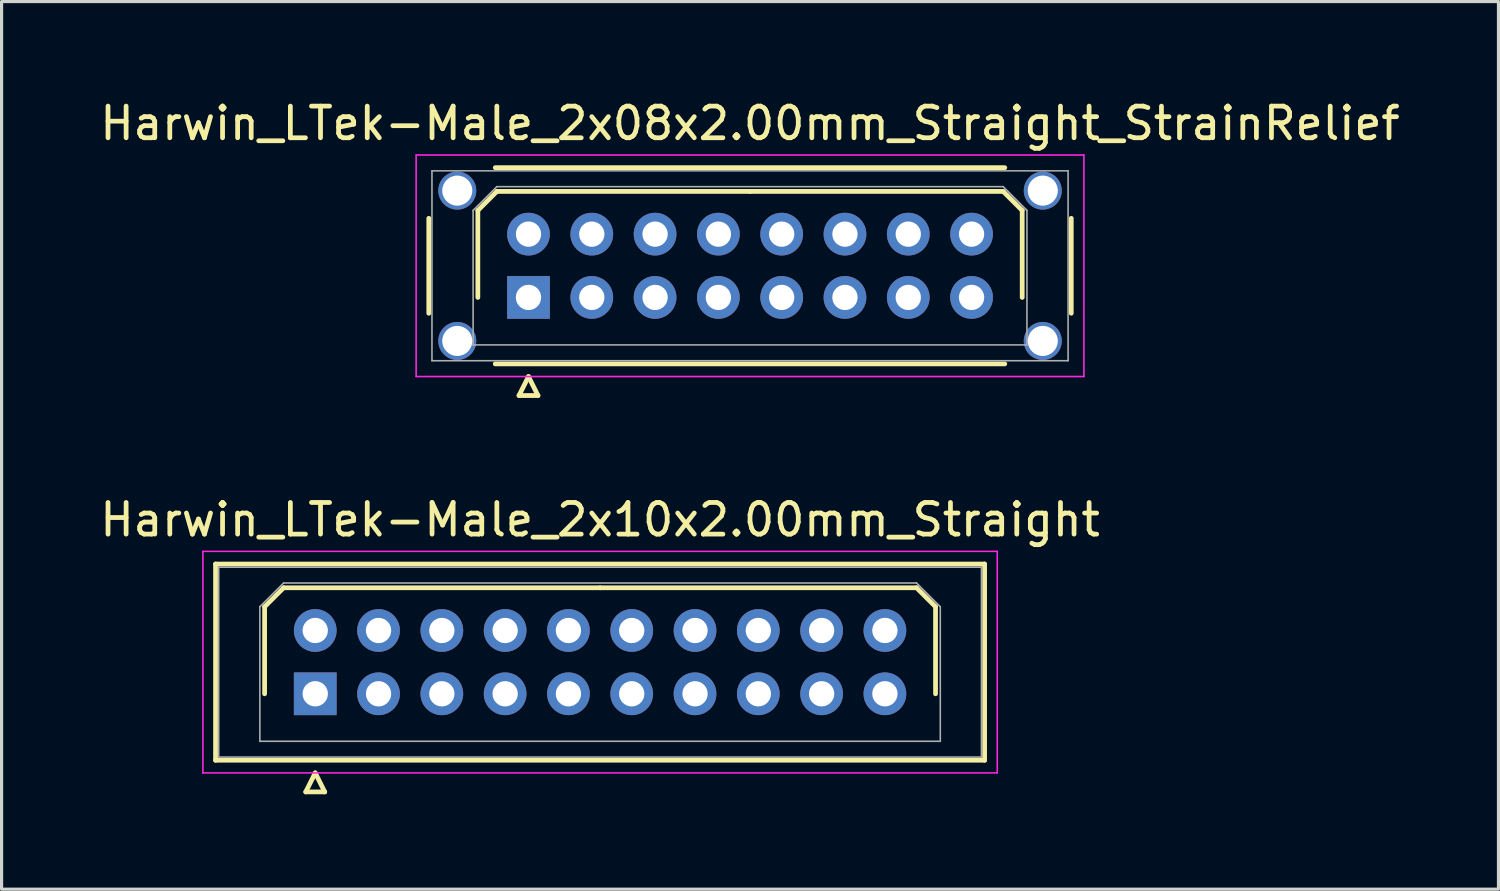
<source format=kicad_pcb>
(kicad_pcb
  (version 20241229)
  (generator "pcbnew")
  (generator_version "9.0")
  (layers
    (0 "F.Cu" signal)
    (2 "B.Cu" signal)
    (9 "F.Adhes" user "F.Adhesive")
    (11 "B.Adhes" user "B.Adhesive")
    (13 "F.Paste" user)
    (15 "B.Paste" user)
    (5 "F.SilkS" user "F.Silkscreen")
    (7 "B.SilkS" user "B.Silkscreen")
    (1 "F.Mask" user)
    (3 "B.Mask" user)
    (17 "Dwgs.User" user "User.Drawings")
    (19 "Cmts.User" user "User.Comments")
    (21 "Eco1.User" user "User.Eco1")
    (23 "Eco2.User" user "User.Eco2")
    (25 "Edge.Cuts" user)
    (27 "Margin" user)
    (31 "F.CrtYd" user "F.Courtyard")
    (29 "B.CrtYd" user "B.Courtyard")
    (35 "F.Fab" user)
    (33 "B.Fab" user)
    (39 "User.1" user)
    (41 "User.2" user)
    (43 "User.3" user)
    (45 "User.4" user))
  (footprint "Harwin_LTek-Male_2x08x2.00mm_Straight_StrainRelief"
    (layer "F.Cu")
    (at 13.649 6.348)
    (property "Reference" "Harwin_LTek-Male_2x08x2.00mm_Straight_StrainRelief" (at 7 -5.5 0) (layer "F.SilkS") (effects (font (size 1 1) (thickness 0.15))))
    (attr through_hole)
    (fp_line (start -3.15 -2.5) (end -3.15 0.5) (stroke (width 0.15) (type solid)) (layer "F.SilkS"))
    (fp_line (start -1.6 -2.75) (end -1 -3.35) (stroke (width 0.15) (type solid)) (layer "F.SilkS"))
    (fp_line (start -1.6 0) (end -1.6 -2.75) (stroke (width 0.15) (type solid)) (layer "F.SilkS"))
    (fp_line (start -1.05 -4.1) (end 15.05 -4.1) (stroke (width 0.15) (type solid)) (layer "F.SilkS"))
    (fp_line (start -1.05 2.1) (end 15.05 2.1) (stroke (width 0.15) (type solid)) (layer "F.SilkS"))
    (fp_line (start -1 -3.35) (end 7 -3.35) (stroke (width 0.15) (type solid)) (layer "F.SilkS"))
    (fp_line (start -0.3 3.1) (end 0.3 3.1) (stroke (width 0.15) (type solid)) (layer "F.SilkS"))
    (fp_line (start 0 2.5) (end -0.3 3.1) (stroke (width 0.15) (type solid)) (layer "F.SilkS"))
    (fp_line (start 0.3 3.1) (end 0 2.5) (stroke (width 0.15) (type solid)) (layer "F.SilkS"))
    (fp_line (start 15 -3.35) (end 7 -3.35) (stroke (width 0.15) (type solid)) (layer "F.SilkS"))
    (fp_line (start 15.6 -2.75) (end 15 -3.35) (stroke (width 0.15) (type solid)) (layer "F.SilkS"))
    (fp_line (start 15.6 0) (end 15.6 -2.75) (stroke (width 0.15) (type solid)) (layer "F.SilkS"))
    (fp_line (start 17.15 -2.5) (end 17.15 0.5) (stroke (width 0.15) (type solid)) (layer "F.SilkS"))
    (fp_line (start -3.55 -4.5) (end -3.55 2.5) (stroke (width 0.05) (type solid)) (layer "F.CrtYd"))
    (fp_line (start -3.55 2.5) (end 17.55 2.5) (stroke (width 0.05) (type solid)) (layer "F.CrtYd"))
    (fp_line (start 17.55 -4.5) (end -3.55 -4.5) (stroke (width 0.05) (type solid)) (layer "F.CrtYd"))
    (fp_line (start 17.55 2.5) (end 17.55 -4.5) (stroke (width 0.05) (type solid)) (layer "F.CrtYd"))
    (fp_line (start -3.05 -4) (end -3.05 2) (stroke (width 0.05) (type solid)) (layer "F.Fab"))
    (fp_line (start -3.05 2) (end 17.05 2) (stroke (width 0.05) (type solid)) (layer "F.Fab"))
    (fp_line (start -1.75 -2.75) (end -1 -3.5) (stroke (width 0.05) (type solid)) (layer "F.Fab"))
    (fp_line (start -1.75 1.5) (end -1.75 -2.75) (stroke (width 0.05) (type solid)) (layer "F.Fab"))
    (fp_line (start -1 -3.5) (end 15 -3.5) (stroke (width 0.05) (type solid)) (layer "F.Fab"))
    (fp_line (start 15 -3.5) (end 15.75 -2.75) (stroke (width 0.05) (type solid)) (layer "F.Fab"))
    (fp_line (start 15.75 -2.75) (end 15.75 1.5) (stroke (width 0.05) (type solid)) (layer "F.Fab"))
    (fp_line (start 15.75 1.5) (end -1.75 1.5) (stroke (width 0.05) (type solid)) (layer "F.Fab"))
    (fp_line (start 17.05 -4) (end -3.05 -4) (stroke (width 0.05) (type solid)) (layer "F.Fab"))
    (fp_line (start 17.05 2) (end 17.05 -4) (stroke (width 0.05) (type solid)) (layer "F.Fab"))
    (pad "" thru_hole circle (at -2.25 -3.375) (size 1.2 1.2) (drill 0.95) (layers "*.Cu" "*.Mask"))
    (pad "" thru_hole circle (at -2.25 1.375) (size 1.2 1.2) (drill 0.95) (layers "*.Cu" "*.Mask"))
    (pad "" thru_hole circle (at 16.25 -3.375) (size 1.2 1.2) (drill 0.95) (layers "*.Cu" "*.Mask"))
    (pad "" thru_hole circle (at 16.25 1.375) (size 1.2 1.2) (drill 0.95) (layers "*.Cu" "*.Mask"))
    (pad "1" thru_hole rect (at 0 0) (size 1.35 1.35) (drill 0.8) (layers "*.Cu" "*.Mask"))
    (pad "2" thru_hole circle (at 0 -2) (size 1.35 1.35) (drill 0.8) (layers "*.Cu" "*.Mask"))
    (pad "3" thru_hole circle (at 2 0) (size 1.35 1.35) (drill 0.8) (layers "*.Cu" "*.Mask"))
    (pad "4" thru_hole circle (at 2 -2) (size 1.35 1.35) (drill 0.8) (layers "*.Cu" "*.Mask"))
    (pad "5" thru_hole circle (at 4 0) (size 1.35 1.35) (drill 0.8) (layers "*.Cu" "*.Mask"))
    (pad "6" thru_hole circle (at 4 -2) (size 1.35 1.35) (drill 0.8) (layers "*.Cu" "*.Mask"))
    (pad "7" thru_hole circle (at 6 0) (size 1.35 1.35) (drill 0.8) (layers "*.Cu" "*.Mask"))
    (pad "8" thru_hole circle (at 6 -2) (size 1.35 1.35) (drill 0.8) (layers "*.Cu" "*.Mask"))
    (pad "9" thru_hole circle (at 8 0) (size 1.35 1.35) (drill 0.8) (layers "*.Cu" "*.Mask"))
    (pad "10" thru_hole circle (at 8 -2) (size 1.35 1.35) (drill 0.8) (layers "*.Cu" "*.Mask"))
    (pad "11" thru_hole circle (at 10 0) (size 1.35 1.35) (drill 0.8) (layers "*.Cu" "*.Mask"))
    (pad "12" thru_hole circle (at 10 -2) (size 1.35 1.35) (drill 0.8) (layers "*.Cu" "*.Mask"))
    (pad "13" thru_hole circle (at 12 0) (size 1.35 1.35) (drill 0.8) (layers "*.Cu" "*.Mask"))
    (pad "14" thru_hole circle (at 12 -2) (size 1.35 1.35) (drill 0.8) (layers "*.Cu" "*.Mask"))
    (pad "15" thru_hole circle (at 14 0) (size 1.35 1.35) (drill 0.8) (layers "*.Cu" "*.Mask"))
    (pad "16" thru_hole circle (at 14 -2) (size 1.35 1.35) (drill 0.8) (layers "*.Cu" "*.Mask")))
  (footprint "Harwin_LTek-Male_2x10x2.00mm_Straight"
    (layer "F.Cu")
    (at 6.911 18.872)
    (property "Reference" "Harwin_LTek-Male_2x10x2.00mm_Straight" (at 9 -5.5 0) (layer "F.SilkS") (effects (font (size 1 1) (thickness 0.15))))
    (attr through_hole)
    (fp_line (start -3.15 -4.1) (end -3.15 2.1) (stroke (width 0.15) (type solid)) (layer "F.SilkS"))
    (fp_line (start -3.15 2.1) (end 21.15 2.1) (stroke (width 0.15) (type solid)) (layer "F.SilkS"))
    (fp_line (start -1.6 -2.75) (end -1 -3.35) (stroke (width 0.15) (type solid)) (layer "F.SilkS"))
    (fp_line (start -1.6 0) (end -1.6 -2.75) (stroke (width 0.15) (type solid)) (layer "F.SilkS"))
    (fp_line (start -1 -3.35) (end 9 -3.35) (stroke (width 0.15) (type solid)) (layer "F.SilkS"))
    (fp_line (start -0.3 3.1) (end 0.3 3.1) (stroke (width 0.15) (type solid)) (layer "F.SilkS"))
    (fp_line (start 0 2.5) (end -0.3 3.1) (stroke (width 0.15) (type solid)) (layer "F.SilkS"))
    (fp_line (start 0.3 3.1) (end 0 2.5) (stroke (width 0.15) (type solid)) (layer "F.SilkS"))
    (fp_line (start 19 -3.35) (end 9 -3.35) (stroke (width 0.15) (type solid)) (layer "F.SilkS"))
    (fp_line (start 19.6 -2.75) (end 19 -3.35) (stroke (width 0.15) (type solid)) (layer "F.SilkS"))
    (fp_line (start 19.6 0) (end 19.6 -2.75) (stroke (width 0.15) (type solid)) (layer "F.SilkS"))
    (fp_line (start 21.15 -4.1) (end -3.15 -4.1) (stroke (width 0.15) (type solid)) (layer "F.SilkS"))
    (fp_line (start 21.15 2.1) (end 21.15 -4.1) (stroke (width 0.15) (type solid)) (layer "F.SilkS"))
    (fp_line (start -3.55 -4.5) (end -3.55 2.5) (stroke (width 0.05) (type solid)) (layer "F.CrtYd"))
    (fp_line (start -3.55 2.5) (end 21.55 2.5) (stroke (width 0.05) (type solid)) (layer "F.CrtYd"))
    (fp_line (start 21.55 -4.5) (end -3.55 -4.5) (stroke (width 0.05) (type solid)) (layer "F.CrtYd"))
    (fp_line (start 21.55 2.5) (end 21.55 -4.5) (stroke (width 0.05) (type solid)) (layer "F.CrtYd"))
    (fp_line (start -3.05 -4) (end -3.05 2) (stroke (width 0.05) (type solid)) (layer "F.Fab"))
    (fp_line (start -3.05 2) (end 21.05 2) (stroke (width 0.05) (type solid)) (layer "F.Fab"))
    (fp_line (start -1.75 -2.75) (end -1 -3.5) (stroke (width 0.05) (type solid)) (layer "F.Fab"))
    (fp_line (start -1.75 1.5) (end -1.75 -2.75) (stroke (width 0.05) (type solid)) (layer "F.Fab"))
    (fp_line (start -1 -3.5) (end 19 -3.5) (stroke (width 0.05) (type solid)) (layer "F.Fab"))
    (fp_line (start 19 -3.5) (end 19.75 -2.75) (stroke (width 0.05) (type solid)) (layer "F.Fab"))
    (fp_line (start 19.75 -2.75) (end 19.75 1.5) (stroke (width 0.05) (type solid)) (layer "F.Fab"))
    (fp_line (start 19.75 1.5) (end -1.75 1.5) (stroke (width 0.05) (type solid)) (layer "F.Fab"))
    (fp_line (start 21.05 -4) (end -3.05 -4) (stroke (width 0.05) (type solid)) (layer "F.Fab"))
    (fp_line (start 21.05 2) (end 21.05 -4) (stroke (width 0.05) (type solid)) (layer "F.Fab"))
    (pad "1" thru_hole rect (at 0 0) (size 1.35 1.35) (drill 0.8) (layers "*.Cu" "*.Mask"))
    (pad "2" thru_hole circle (at 0 -2) (size 1.35 1.35) (drill 0.8) (layers "*.Cu" "*.Mask"))
    (pad "3" thru_hole circle (at 2 0) (size 1.35 1.35) (drill 0.8) (layers "*.Cu" "*.Mask"))
    (pad "4" thru_hole circle (at 2 -2) (size 1.35 1.35) (drill 0.8) (layers "*.Cu" "*.Mask"))
    (pad "5" thru_hole circle (at 4 0) (size 1.35 1.35) (drill 0.8) (layers "*.Cu" "*.Mask"))
    (pad "6" thru_hole circle (at 4 -2) (size 1.35 1.35) (drill 0.8) (layers "*.Cu" "*.Mask"))
    (pad "7" thru_hole circle (at 6 0) (size 1.35 1.35) (drill 0.8) (layers "*.Cu" "*.Mask"))
    (pad "8" thru_hole circle (at 6 -2) (size 1.35 1.35) (drill 0.8) (layers "*.Cu" "*.Mask"))
    (pad "9" thru_hole circle (at 8 0) (size 1.35 1.35) (drill 0.8) (layers "*.Cu" "*.Mask"))
    (pad "10" thru_hole circle (at 8 -2) (size 1.35 1.35) (drill 0.8) (layers "*.Cu" "*.Mask"))
    (pad "11" thru_hole circle (at 10 0) (size 1.35 1.35) (drill 0.8) (layers "*.Cu" "*.Mask"))
    (pad "12" thru_hole circle (at 10 -2) (size 1.35 1.35) (drill 0.8) (layers "*.Cu" "*.Mask"))
    (pad "13" thru_hole circle (at 12 0) (size 1.35 1.35) (drill 0.8) (layers "*.Cu" "*.Mask"))
    (pad "14" thru_hole circle (at 12 -2) (size 1.35 1.35) (drill 0.8) (layers "*.Cu" "*.Mask"))
    (pad "15" thru_hole circle (at 14 0) (size 1.35 1.35) (drill 0.8) (layers "*.Cu" "*.Mask"))
    (pad "16" thru_hole circle (at 14 -2) (size 1.35 1.35) (drill 0.8) (layers "*.Cu" "*.Mask"))
    (pad "17" thru_hole circle (at 16 0) (size 1.35 1.35) (drill 0.8) (layers "*.Cu" "*.Mask"))
    (pad "18" thru_hole circle (at 16 -2) (size 1.35 1.35) (drill 0.8) (layers "*.Cu" "*.Mask"))
    (pad "19" thru_hole circle (at 18 0) (size 1.35 1.35) (drill 0.8) (layers "*.Cu" "*.Mask"))
    (pad "20" thru_hole circle (at 18 -2) (size 1.35 1.35) (drill 0.8) (layers "*.Cu" "*.Mask")))
  (gr_rect
    (start -3 -3)
    (end 44.298 25.047)
    (stroke (width 0.1) (type default))
    (fill no)
    (layer "Edge.Cuts")))
</source>
